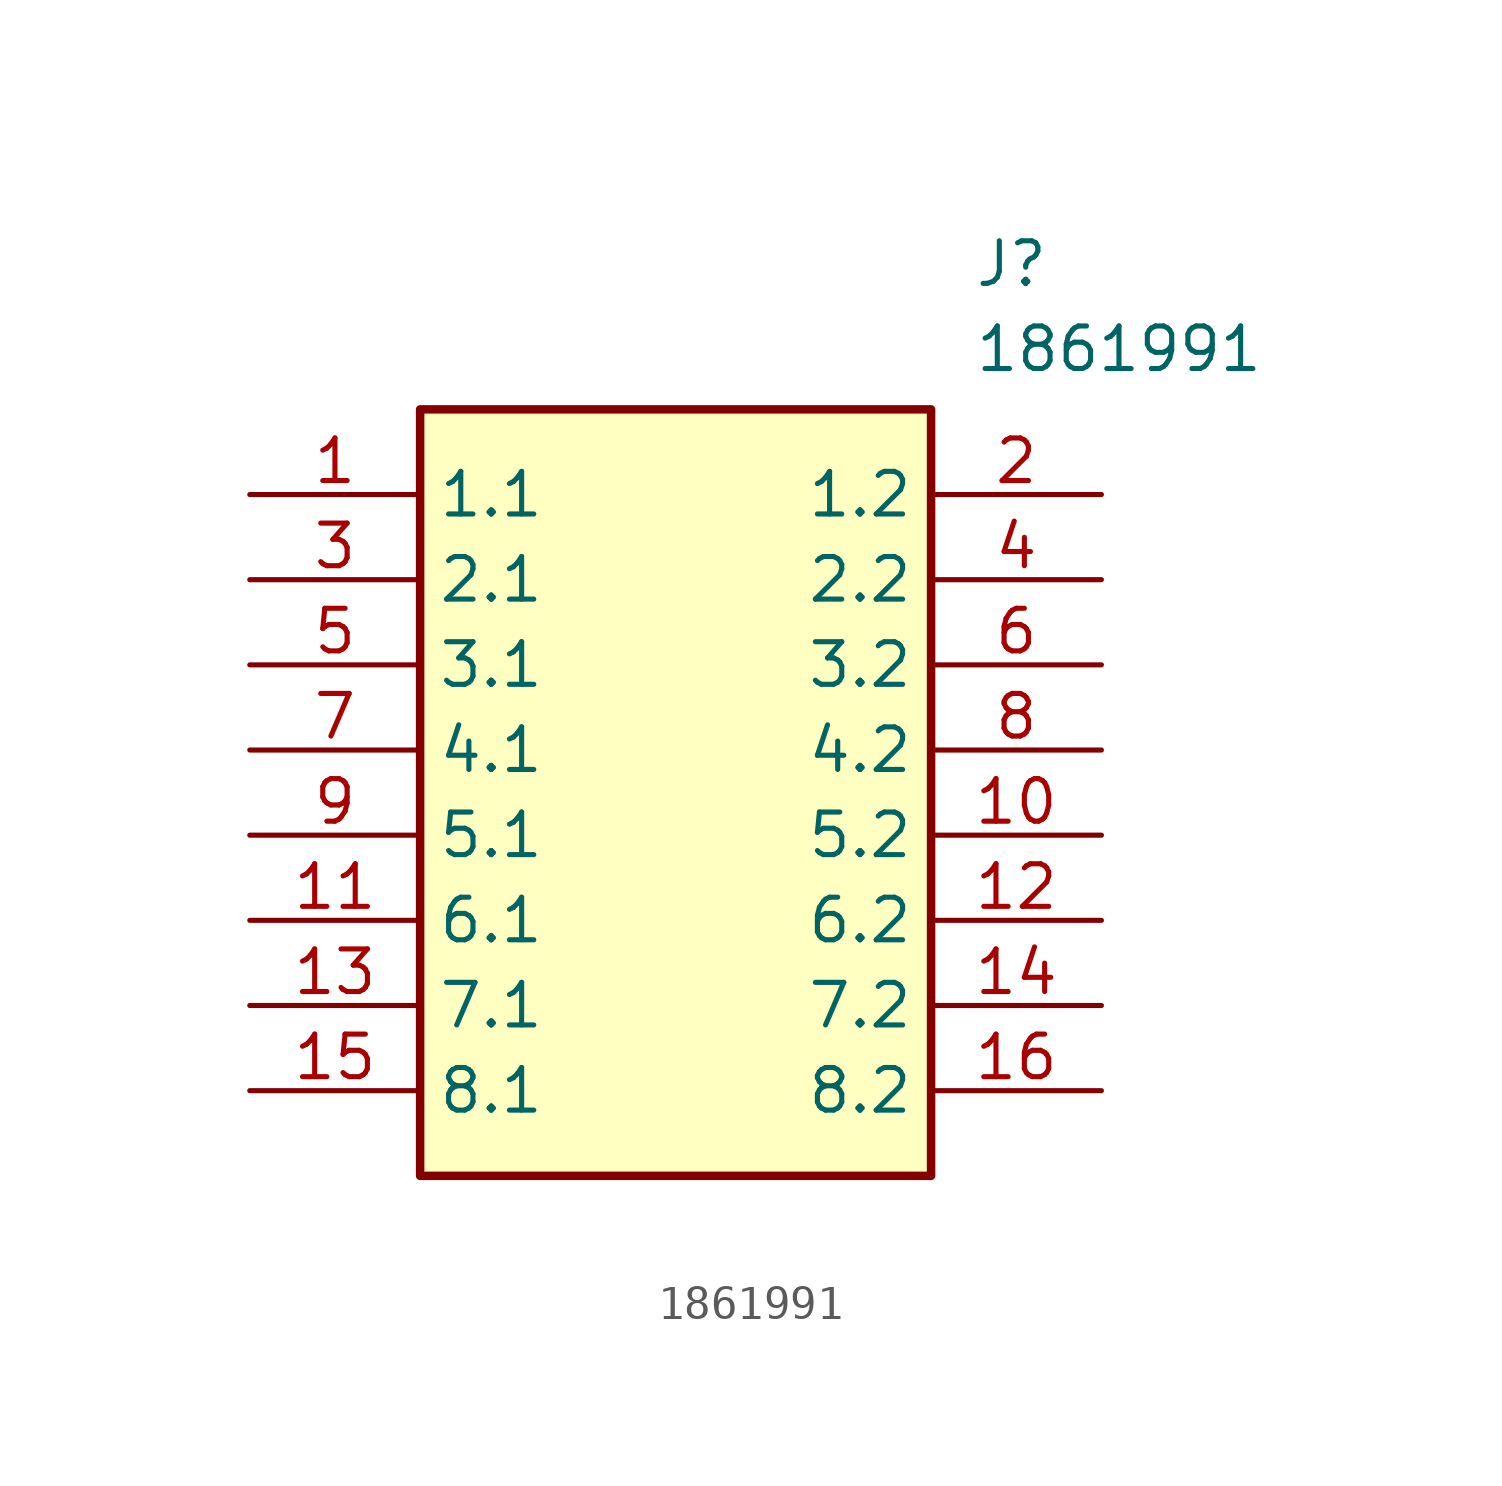
<source format=kicad_sym>
(kicad_symbol_lib
  (version 20211014)
  (generator SamacSys_ECAD_Model)
  (symbol "1861991"
    (property "Reference" "J"
      (at 21.59 7.62 0)
      (effects (font (size 1.27 1.27)) (justify left top)))
    (property "Value" "1861991"
      (at 21.59 5.08 0)
      (effects (font (size 1.27 1.27)) (justify left top)))
    (rectangle
      (start 5.08 2.54)
      (end 20.32 -20.32)
      (stroke (width 0.254) (type default))
      (fill (type background)))
    (pin passive line
      (at 0 0 0)
      (length 5.08)
      (name "1.1" (effects (font (size 1.27 1.27))))
      (number "1" (effects (font (size 1.27 1.27)))))
    (pin passive line
      (at 25.4 0 180)
      (length 5.08)
      (name "1.2" (effects (font (size 1.27 1.27))))
      (number "2" (effects (font (size 1.27 1.27)))))
    (pin passive line
      (at 0 -2.54 0)
      (length 5.08)
      (name "2.1" (effects (font (size 1.27 1.27))))
      (number "3" (effects (font (size 1.27 1.27)))))
    (pin passive line
      (at 25.4 -2.54 180)
      (length 5.08)
      (name "2.2" (effects (font (size 1.27 1.27))))
      (number "4" (effects (font (size 1.27 1.27)))))
    (pin passive line
      (at 0 -5.08 0)
      (length 5.08)
      (name "3.1" (effects (font (size 1.27 1.27))))
      (number "5" (effects (font (size 1.27 1.27)))))
    (pin passive line
      (at 25.4 -5.08 180)
      (length 5.08)
      (name "3.2" (effects (font (size 1.27 1.27))))
      (number "6" (effects (font (size 1.27 1.27)))))
    (pin passive line
      (at 0 -7.62 0)
      (length 5.08)
      (name "4.1" (effects (font (size 1.27 1.27))))
      (number "7" (effects (font (size 1.27 1.27)))))
    (pin passive line
      (at 25.4 -7.62 180)
      (length 5.08)
      (name "4.2" (effects (font (size 1.27 1.27))))
      (number "8" (effects (font (size 1.27 1.27)))))
    (pin passive line
      (at 0 -10.16 0)
      (length 5.08)
      (name "5.1" (effects (font (size 1.27 1.27))))
      (number "9" (effects (font (size 1.27 1.27)))))
    (pin passive line
      (at 25.4 -10.16 180)
      (length 5.08)
      (name "5.2" (effects (font (size 1.27 1.27))))
      (number "10" (effects (font (size 1.27 1.27)))))
    (pin passive line
      (at 0 -12.7 0)
      (length 5.08)
      (name "6.1" (effects (font (size 1.27 1.27))))
      (number "11" (effects (font (size 1.27 1.27)))))
    (pin passive line
      (at 25.4 -12.7 180)
      (length 5.08)
      (name "6.2" (effects (font (size 1.27 1.27))))
      (number "12" (effects (font (size 1.27 1.27)))))
    (pin passive line
      (at 0 -15.24 0)
      (length 5.08)
      (name "7.1" (effects (font (size 1.27 1.27))))
      (number "13" (effects (font (size 1.27 1.27)))))
    (pin passive line
      (at 25.4 -15.24 180)
      (length 5.08)
      (name "7.2" (effects (font (size 1.27 1.27))))
      (number "14" (effects (font (size 1.27 1.27)))))
    (pin passive line
      (at 0 -17.78 0)
      (length 5.08)
      (name "8.1" (effects (font (size 1.27 1.27))))
      (number "15" (effects (font (size 1.27 1.27)))))
    (pin passive line
      (at 25.4 -17.78 180)
      (length 5.08)
      (name "8.2" (effects (font (size 1.27 1.27))))
      (number "16" (effects (font (size 1.27 1.27)))))))
</source>
